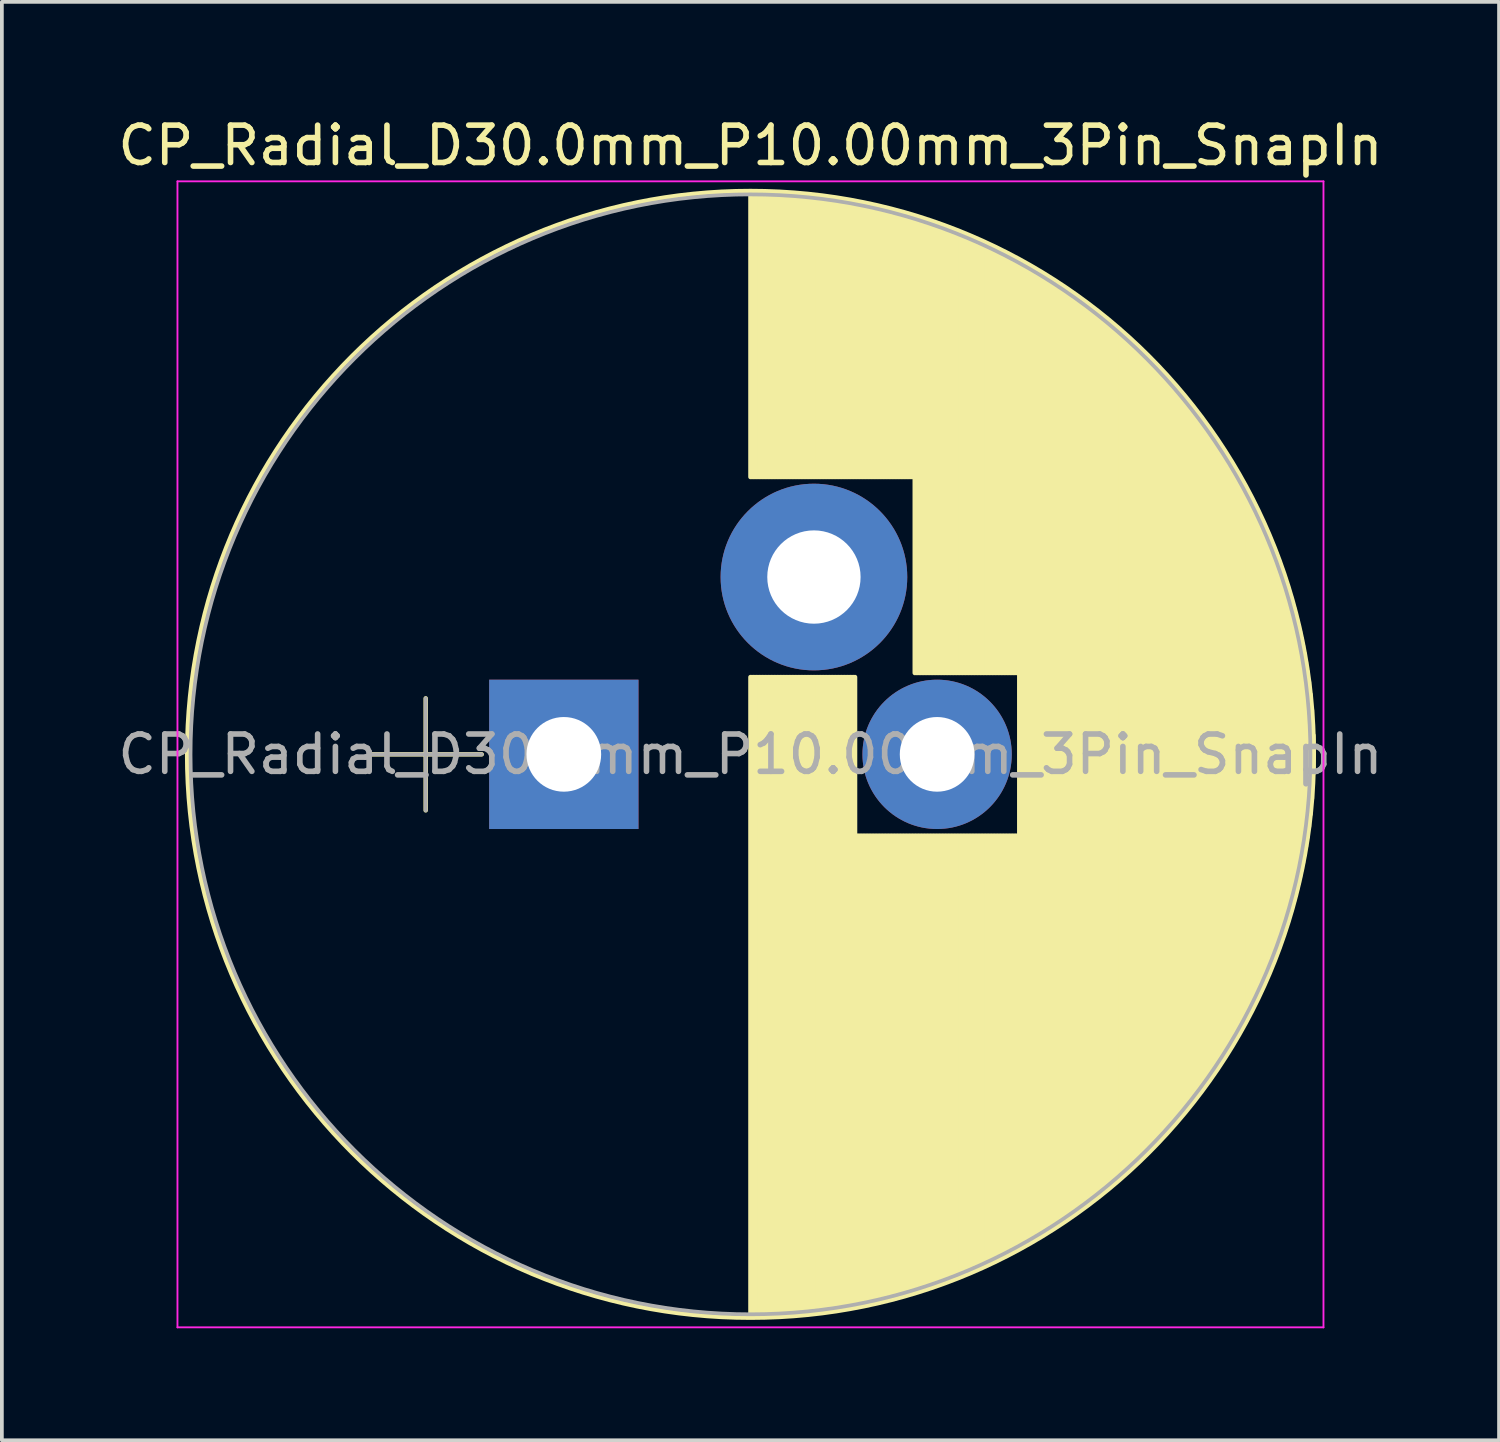
<source format=kicad_pcb>
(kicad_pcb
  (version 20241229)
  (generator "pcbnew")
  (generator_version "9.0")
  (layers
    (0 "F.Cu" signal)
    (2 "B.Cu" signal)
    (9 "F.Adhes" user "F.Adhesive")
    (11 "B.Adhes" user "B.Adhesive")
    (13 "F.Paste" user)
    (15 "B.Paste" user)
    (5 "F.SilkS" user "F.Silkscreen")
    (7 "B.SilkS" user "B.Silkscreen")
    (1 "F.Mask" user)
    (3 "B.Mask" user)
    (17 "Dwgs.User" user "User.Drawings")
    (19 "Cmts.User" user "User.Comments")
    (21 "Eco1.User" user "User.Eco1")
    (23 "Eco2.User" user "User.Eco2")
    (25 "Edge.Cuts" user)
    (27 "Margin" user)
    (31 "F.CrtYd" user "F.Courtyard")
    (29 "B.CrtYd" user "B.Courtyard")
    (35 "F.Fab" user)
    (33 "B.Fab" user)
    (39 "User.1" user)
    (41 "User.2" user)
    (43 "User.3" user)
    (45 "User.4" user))
  (footprint "CP_Radial_D30.0mm_P10.00mm_3Pin_SnapIn"
    (layer "F.Cu")
    (at 12.054 17.158)
    (property "Reference" "CP_Radial_D30.0mm_P10.00mm_3Pin_SnapIn" (at 5 -16.31 0) (layer "F.SilkS") (effects (font (size 1 1) (thickness 0.15))))
    (attr through_hole)
    (fp_line (start -5.2 0) (end -2.2 0) (stroke (width 0.12) (type solid)) (layer "F.SilkS"))
    (fp_line (start -3.7 -1.5) (end -3.7 1.5) (stroke (width 0.12) (type solid)) (layer "F.SilkS"))
    (fp_line (start 5 -15.05) (end 5 -7.43) (stroke (width 0.12) (type solid)) (layer "F.SilkS"))
    (fp_line (start 5 -2.07) (end 5 15.05) (stroke (width 0.12) (type solid)) (layer "F.SilkS"))
    (fp_line (start 5.04 -15.05) (end 5.04 -7.43) (stroke (width 0.12) (type solid)) (layer "F.SilkS"))
    (fp_line (start 5.04 -2.07) (end 5.04 15.05) (stroke (width 0.12) (type solid)) (layer "F.SilkS"))
    (fp_line (start 5.08 -15.05) (end 5.08 -7.43) (stroke (width 0.12) (type solid)) (layer "F.SilkS"))
    (fp_line (start 5.08 -2.07) (end 5.08 15.05) (stroke (width 0.12) (type solid)) (layer "F.SilkS"))
    (fp_line (start 5.12 -15.05) (end 5.12 -7.43) (stroke (width 0.12) (type solid)) (layer "F.SilkS"))
    (fp_line (start 5.12 -2.07) (end 5.12 15.05) (stroke (width 0.12) (type solid)) (layer "F.SilkS"))
    (fp_line (start 5.16 -15.05) (end 5.16 -7.43) (stroke (width 0.12) (type solid)) (layer "F.SilkS"))
    (fp_line (start 5.16 -2.07) (end 5.16 15.05) (stroke (width 0.12) (type solid)) (layer "F.SilkS"))
    (fp_line (start 5.2 -15.049) (end 5.2 -7.43) (stroke (width 0.12) (type solid)) (layer "F.SilkS"))
    (fp_line (start 5.2 -2.07) (end 5.2 15.049) (stroke (width 0.12) (type solid)) (layer "F.SilkS"))
    (fp_line (start 5.24 -15.049) (end 5.24 -7.43) (stroke (width 0.12) (type solid)) (layer "F.SilkS"))
    (fp_line (start 5.24 -2.07) (end 5.24 15.049) (stroke (width 0.12) (type solid)) (layer "F.SilkS"))
    (fp_line (start 5.28 -15.048) (end 5.28 -7.43) (stroke (width 0.12) (type solid)) (layer "F.SilkS"))
    (fp_line (start 5.28 -2.07) (end 5.28 15.048) (stroke (width 0.12) (type solid)) (layer "F.SilkS"))
    (fp_line (start 5.32 -15.047) (end 5.32 -7.43) (stroke (width 0.12) (type solid)) (layer "F.SilkS"))
    (fp_line (start 5.32 -2.07) (end 5.32 15.047) (stroke (width 0.12) (type solid)) (layer "F.SilkS"))
    (fp_line (start 5.36 -15.046) (end 5.36 -7.43) (stroke (width 0.12) (type solid)) (layer "F.SilkS"))
    (fp_line (start 5.36 -2.07) (end 5.36 15.046) (stroke (width 0.12) (type solid)) (layer "F.SilkS"))
    (fp_line (start 5.4 -15.045) (end 5.4 -7.43) (stroke (width 0.12) (type solid)) (layer "F.SilkS"))
    (fp_line (start 5.4 -2.07) (end 5.4 15.045) (stroke (width 0.12) (type solid)) (layer "F.SilkS"))
    (fp_line (start 5.44 -15.044) (end 5.44 -7.43) (stroke (width 0.12) (type solid)) (layer "F.SilkS"))
    (fp_line (start 5.44 -2.07) (end 5.44 15.044) (stroke (width 0.12) (type solid)) (layer "F.SilkS"))
    (fp_line (start 5.48 -15.043) (end 5.48 -7.43) (stroke (width 0.12) (type solid)) (layer "F.SilkS"))
    (fp_line (start 5.48 -2.07) (end 5.48 15.043) (stroke (width 0.12) (type solid)) (layer "F.SilkS"))
    (fp_line (start 5.52 -15.042) (end 5.52 -7.43) (stroke (width 0.12) (type solid)) (layer "F.SilkS"))
    (fp_line (start 5.52 -2.07) (end 5.52 15.042) (stroke (width 0.12) (type solid)) (layer "F.SilkS"))
    (fp_line (start 5.56 -15.04) (end 5.56 -7.43) (stroke (width 0.12) (type solid)) (layer "F.SilkS"))
    (fp_line (start 5.56 -2.07) (end 5.56 15.04) (stroke (width 0.12) (type solid)) (layer "F.SilkS"))
    (fp_line (start 5.6 -15.039) (end 5.6 -7.43) (stroke (width 0.12) (type solid)) (layer "F.SilkS"))
    (fp_line (start 5.6 -2.07) (end 5.6 15.039) (stroke (width 0.12) (type solid)) (layer "F.SilkS"))
    (fp_line (start 5.64 -15.037) (end 5.64 -7.43) (stroke (width 0.12) (type solid)) (layer "F.SilkS"))
    (fp_line (start 5.64 -2.07) (end 5.64 15.037) (stroke (width 0.12) (type solid)) (layer "F.SilkS"))
    (fp_line (start 5.68 -15.035) (end 5.68 -7.43) (stroke (width 0.12) (type solid)) (layer "F.SilkS"))
    (fp_line (start 5.68 -2.07) (end 5.68 15.035) (stroke (width 0.12) (type solid)) (layer "F.SilkS"))
    (fp_line (start 5.721 -15.033) (end 5.721 -7.43) (stroke (width 0.12) (type solid)) (layer "F.SilkS"))
    (fp_line (start 5.721 -2.07) (end 5.721 15.033) (stroke (width 0.12) (type solid)) (layer "F.SilkS"))
    (fp_line (start 5.761 -15.031) (end 5.761 -7.43) (stroke (width 0.12) (type solid)) (layer "F.SilkS"))
    (fp_line (start 5.761 -2.07) (end 5.761 15.031) (stroke (width 0.12) (type solid)) (layer "F.SilkS"))
    (fp_line (start 5.801 -15.029) (end 5.801 -7.43) (stroke (width 0.12) (type solid)) (layer "F.SilkS"))
    (fp_line (start 5.801 -2.07) (end 5.801 15.029) (stroke (width 0.12) (type solid)) (layer "F.SilkS"))
    (fp_line (start 5.841 -15.027) (end 5.841 -7.43) (stroke (width 0.12) (type solid)) (layer "F.SilkS"))
    (fp_line (start 5.841 -2.07) (end 5.841 15.027) (stroke (width 0.12) (type solid)) (layer "F.SilkS"))
    (fp_line (start 5.881 -15.025) (end 5.881 -7.43) (stroke (width 0.12) (type solid)) (layer "F.SilkS"))
    (fp_line (start 5.881 -2.07) (end 5.881 15.025) (stroke (width 0.12) (type solid)) (layer "F.SilkS"))
    (fp_line (start 5.921 -15.022) (end 5.921 -7.43) (stroke (width 0.12) (type solid)) (layer "F.SilkS"))
    (fp_line (start 5.921 -2.07) (end 5.921 15.022) (stroke (width 0.12) (type solid)) (layer "F.SilkS"))
    (fp_line (start 5.961 -15.02) (end 5.961 -7.43) (stroke (width 0.12) (type solid)) (layer "F.SilkS"))
    (fp_line (start 5.961 -2.07) (end 5.961 15.02) (stroke (width 0.12) (type solid)) (layer "F.SilkS"))
    (fp_line (start 6.001 -15.017) (end 6.001 -7.43) (stroke (width 0.12) (type solid)) (layer "F.SilkS"))
    (fp_line (start 6.001 -2.07) (end 6.001 15.017) (stroke (width 0.12) (type solid)) (layer "F.SilkS"))
    (fp_line (start 6.041 -15.015) (end 6.041 -7.43) (stroke (width 0.12) (type solid)) (layer "F.SilkS"))
    (fp_line (start 6.041 -2.07) (end 6.041 15.015) (stroke (width 0.12) (type solid)) (layer "F.SilkS"))
    (fp_line (start 6.081 -15.012) (end 6.081 -7.43) (stroke (width 0.12) (type solid)) (layer "F.SilkS"))
    (fp_line (start 6.081 -2.07) (end 6.081 15.012) (stroke (width 0.12) (type solid)) (layer "F.SilkS"))
    (fp_line (start 6.121 -15.009) (end 6.121 -7.43) (stroke (width 0.12) (type solid)) (layer "F.SilkS"))
    (fp_line (start 6.121 -2.07) (end 6.121 15.009) (stroke (width 0.12) (type solid)) (layer "F.SilkS"))
    (fp_line (start 6.161 -15.006) (end 6.161 -7.43) (stroke (width 0.12) (type solid)) (layer "F.SilkS"))
    (fp_line (start 6.161 -2.07) (end 6.161 15.006) (stroke (width 0.12) (type solid)) (layer "F.SilkS"))
    (fp_line (start 6.201 -15.003) (end 6.201 -7.43) (stroke (width 0.12) (type solid)) (layer "F.SilkS"))
    (fp_line (start 6.201 -2.07) (end 6.201 15.003) (stroke (width 0.12) (type solid)) (layer "F.SilkS"))
    (fp_line (start 6.241 -14.999) (end 6.241 -7.43) (stroke (width 0.12) (type solid)) (layer "F.SilkS"))
    (fp_line (start 6.241 -2.07) (end 6.241 14.999) (stroke (width 0.12) (type solid)) (layer "F.SilkS"))
    (fp_line (start 6.281 -14.996) (end 6.281 -7.43) (stroke (width 0.12) (type solid)) (layer "F.SilkS"))
    (fp_line (start 6.281 -2.07) (end 6.281 14.996) (stroke (width 0.12) (type solid)) (layer "F.SilkS"))
    (fp_line (start 6.321 -14.993) (end 6.321 -7.43) (stroke (width 0.12) (type solid)) (layer "F.SilkS"))
    (fp_line (start 6.321 -2.07) (end 6.321 14.993) (stroke (width 0.12) (type solid)) (layer "F.SilkS"))
    (fp_line (start 6.361 -14.989) (end 6.361 -7.43) (stroke (width 0.12) (type solid)) (layer "F.SilkS"))
    (fp_line (start 6.361 -2.07) (end 6.361 14.989) (stroke (width 0.12) (type solid)) (layer "F.SilkS"))
    (fp_line (start 6.401 -14.985) (end 6.401 -7.43) (stroke (width 0.12) (type solid)) (layer "F.SilkS"))
    (fp_line (start 6.401 -2.07) (end 6.401 14.985) (stroke (width 0.12) (type solid)) (layer "F.SilkS"))
    (fp_line (start 6.441 -14.982) (end 6.441 -7.43) (stroke (width 0.12) (type solid)) (layer "F.SilkS"))
    (fp_line (start 6.441 -2.07) (end 6.441 14.982) (stroke (width 0.12) (type solid)) (layer "F.SilkS"))
    (fp_line (start 6.481 -14.978) (end 6.481 -7.43) (stroke (width 0.12) (type solid)) (layer "F.SilkS"))
    (fp_line (start 6.481 -2.07) (end 6.481 14.978) (stroke (width 0.12) (type solid)) (layer "F.SilkS"))
    (fp_line (start 6.521 -14.974) (end 6.521 -7.43) (stroke (width 0.12) (type solid)) (layer "F.SilkS"))
    (fp_line (start 6.521 -2.07) (end 6.521 14.974) (stroke (width 0.12) (type solid)) (layer "F.SilkS"))
    (fp_line (start 6.561 -14.97) (end 6.561 -7.43) (stroke (width 0.12) (type solid)) (layer "F.SilkS"))
    (fp_line (start 6.561 -2.07) (end 6.561 14.97) (stroke (width 0.12) (type solid)) (layer "F.SilkS"))
    (fp_line (start 6.601 -14.965) (end 6.601 -7.43) (stroke (width 0.12) (type solid)) (layer "F.SilkS"))
    (fp_line (start 6.601 -2.07) (end 6.601 14.965) (stroke (width 0.12) (type solid)) (layer "F.SilkS"))
    (fp_line (start 6.641 -14.961) (end 6.641 -7.43) (stroke (width 0.12) (type solid)) (layer "F.SilkS"))
    (fp_line (start 6.641 -2.07) (end 6.641 14.961) (stroke (width 0.12) (type solid)) (layer "F.SilkS"))
    (fp_line (start 6.681 -14.957) (end 6.681 -7.43) (stroke (width 0.12) (type solid)) (layer "F.SilkS"))
    (fp_line (start 6.681 -2.07) (end 6.681 14.957) (stroke (width 0.12) (type solid)) (layer "F.SilkS"))
    (fp_line (start 6.721 -14.952) (end 6.721 -7.43) (stroke (width 0.12) (type solid)) (layer "F.SilkS"))
    (fp_line (start 6.721 -2.07) (end 6.721 14.952) (stroke (width 0.12) (type solid)) (layer "F.SilkS"))
    (fp_line (start 6.761 -14.948) (end 6.761 -7.43) (stroke (width 0.12) (type solid)) (layer "F.SilkS"))
    (fp_line (start 6.761 -2.07) (end 6.761 14.948) (stroke (width 0.12) (type solid)) (layer "F.SilkS"))
    (fp_line (start 6.801 -14.943) (end 6.801 -7.43) (stroke (width 0.12) (type solid)) (layer "F.SilkS"))
    (fp_line (start 6.801 -2.07) (end 6.801 14.943) (stroke (width 0.12) (type solid)) (layer "F.SilkS"))
    (fp_line (start 6.841 -14.938) (end 6.841 -7.43) (stroke (width 0.12) (type solid)) (layer "F.SilkS"))
    (fp_line (start 6.841 -2.07) (end 6.841 14.938) (stroke (width 0.12) (type solid)) (layer "F.SilkS"))
    (fp_line (start 6.881 -14.933) (end 6.881 -7.43) (stroke (width 0.12) (type solid)) (layer "F.SilkS"))
    (fp_line (start 6.881 -2.07) (end 6.881 14.933) (stroke (width 0.12) (type solid)) (layer "F.SilkS"))
    (fp_line (start 6.921 -14.928) (end 6.921 -7.43) (stroke (width 0.12) (type solid)) (layer "F.SilkS"))
    (fp_line (start 6.921 -2.07) (end 6.921 14.928) (stroke (width 0.12) (type solid)) (layer "F.SilkS"))
    (fp_line (start 6.961 -14.923) (end 6.961 -7.43) (stroke (width 0.12) (type solid)) (layer "F.SilkS"))
    (fp_line (start 6.961 -2.07) (end 6.961 14.923) (stroke (width 0.12) (type solid)) (layer "F.SilkS"))
    (fp_line (start 7.001 -14.917) (end 7.001 -7.43) (stroke (width 0.12) (type solid)) (layer "F.SilkS"))
    (fp_line (start 7.001 -2.07) (end 7.001 14.917) (stroke (width 0.12) (type solid)) (layer "F.SilkS"))
    (fp_line (start 7.041 -14.912) (end 7.041 -7.43) (stroke (width 0.12) (type solid)) (layer "F.SilkS"))
    (fp_line (start 7.041 -2.07) (end 7.041 14.912) (stroke (width 0.12) (type solid)) (layer "F.SilkS"))
    (fp_line (start 7.081 -14.906) (end 7.081 -7.43) (stroke (width 0.12) (type solid)) (layer "F.SilkS"))
    (fp_line (start 7.081 -2.07) (end 7.081 14.906) (stroke (width 0.12) (type solid)) (layer "F.SilkS"))
    (fp_line (start 7.121 -14.901) (end 7.121 -7.43) (stroke (width 0.12) (type solid)) (layer "F.SilkS"))
    (fp_line (start 7.121 -2.07) (end 7.121 14.901) (stroke (width 0.12) (type solid)) (layer "F.SilkS"))
    (fp_line (start 7.161 -14.895) (end 7.161 -7.43) (stroke (width 0.12) (type solid)) (layer "F.SilkS"))
    (fp_line (start 7.161 -2.07) (end 7.161 14.895) (stroke (width 0.12) (type solid)) (layer "F.SilkS"))
    (fp_line (start 7.201 -14.889) (end 7.201 -7.43) (stroke (width 0.12) (type solid)) (layer "F.SilkS"))
    (fp_line (start 7.201 -2.07) (end 7.201 14.889) (stroke (width 0.12) (type solid)) (layer "F.SilkS"))
    (fp_line (start 7.241 -14.883) (end 7.241 -7.43) (stroke (width 0.12) (type solid)) (layer "F.SilkS"))
    (fp_line (start 7.241 -2.07) (end 7.241 14.883) (stroke (width 0.12) (type solid)) (layer "F.SilkS"))
    (fp_line (start 7.281 -14.877) (end 7.281 -7.43) (stroke (width 0.12) (type solid)) (layer "F.SilkS"))
    (fp_line (start 7.281 -2.07) (end 7.281 14.877) (stroke (width 0.12) (type solid)) (layer "F.SilkS"))
    (fp_line (start 7.321 -14.871) (end 7.321 -7.43) (stroke (width 0.12) (type solid)) (layer "F.SilkS"))
    (fp_line (start 7.321 -2.07) (end 7.321 14.871) (stroke (width 0.12) (type solid)) (layer "F.SilkS"))
    (fp_line (start 7.361 -14.865) (end 7.361 -7.43) (stroke (width 0.12) (type solid)) (layer "F.SilkS"))
    (fp_line (start 7.361 -2.07) (end 7.361 14.865) (stroke (width 0.12) (type solid)) (layer "F.SilkS"))
    (fp_line (start 7.401 -14.858) (end 7.401 -7.43) (stroke (width 0.12) (type solid)) (layer "F.SilkS"))
    (fp_line (start 7.401 -2.07) (end 7.401 14.858) (stroke (width 0.12) (type solid)) (layer "F.SilkS"))
    (fp_line (start 7.441 -14.852) (end 7.441 -7.43) (stroke (width 0.12) (type solid)) (layer "F.SilkS"))
    (fp_line (start 7.441 -2.07) (end 7.441 14.852) (stroke (width 0.12) (type solid)) (layer "F.SilkS"))
    (fp_line (start 7.481 -14.845) (end 7.481 -7.43) (stroke (width 0.12) (type solid)) (layer "F.SilkS"))
    (fp_line (start 7.481 -2.07) (end 7.481 14.845) (stroke (width 0.12) (type solid)) (layer "F.SilkS"))
    (fp_line (start 7.521 -14.839) (end 7.521 -7.43) (stroke (width 0.12) (type solid)) (layer "F.SilkS"))
    (fp_line (start 7.521 -2.07) (end 7.521 14.839) (stroke (width 0.12) (type solid)) (layer "F.SilkS"))
    (fp_line (start 7.561 -14.832) (end 7.561 -7.43) (stroke (width 0.12) (type solid)) (layer "F.SilkS"))
    (fp_line (start 7.561 -2.07) (end 7.561 14.832) (stroke (width 0.12) (type solid)) (layer "F.SilkS"))
    (fp_line (start 7.601 -14.825) (end 7.601 -7.43) (stroke (width 0.12) (type solid)) (layer "F.SilkS"))
    (fp_line (start 7.601 -2.07) (end 7.601 14.825) (stroke (width 0.12) (type solid)) (layer "F.SilkS"))
    (fp_line (start 7.641 -14.818) (end 7.641 -7.43) (stroke (width 0.12) (type solid)) (layer "F.SilkS"))
    (fp_line (start 7.641 -2.07) (end 7.641 14.818) (stroke (width 0.12) (type solid)) (layer "F.SilkS"))
    (fp_line (start 7.681 -14.811) (end 7.681 -7.43) (stroke (width 0.12) (type solid)) (layer "F.SilkS"))
    (fp_line (start 7.681 -2.07) (end 7.681 14.811) (stroke (width 0.12) (type solid)) (layer "F.SilkS"))
    (fp_line (start 7.721 -14.803) (end 7.721 -7.43) (stroke (width 0.12) (type solid)) (layer "F.SilkS"))
    (fp_line (start 7.721 -2.07) (end 7.721 14.803) (stroke (width 0.12) (type solid)) (layer "F.SilkS"))
    (fp_line (start 7.761 -14.796) (end 7.761 -7.43) (stroke (width 0.12) (type solid)) (layer "F.SilkS"))
    (fp_line (start 7.761 -2.07) (end 7.761 14.796) (stroke (width 0.12) (type solid)) (layer "F.SilkS"))
    (fp_line (start 7.801 -14.788) (end 7.801 -7.43) (stroke (width 0.12) (type solid)) (layer "F.SilkS"))
    (fp_line (start 7.801 -2.07) (end 7.801 14.788) (stroke (width 0.12) (type solid)) (layer "F.SilkS"))
    (fp_line (start 7.841 -14.781) (end 7.841 -7.43) (stroke (width 0.12) (type solid)) (layer "F.SilkS"))
    (fp_line (start 7.841 2.18) (end 7.841 14.781) (stroke (width 0.12) (type solid)) (layer "F.SilkS"))
    (fp_line (start 7.881 -14.773) (end 7.881 -7.43) (stroke (width 0.12) (type solid)) (layer "F.SilkS"))
    (fp_line (start 7.881 2.18) (end 7.881 14.773) (stroke (width 0.12) (type solid)) (layer "F.SilkS"))
    (fp_line (start 7.921 -14.765) (end 7.921 -7.43) (stroke (width 0.12) (type solid)) (layer "F.SilkS"))
    (fp_line (start 7.921 2.18) (end 7.921 14.765) (stroke (width 0.12) (type solid)) (layer "F.SilkS"))
    (fp_line (start 7.961 -14.757) (end 7.961 -7.43) (stroke (width 0.12) (type solid)) (layer "F.SilkS"))
    (fp_line (start 7.961 2.18) (end 7.961 14.757) (stroke (width 0.12) (type solid)) (layer "F.SilkS"))
    (fp_line (start 8.001 -14.749) (end 8.001 -7.43) (stroke (width 0.12) (type solid)) (layer "F.SilkS"))
    (fp_line (start 8.001 2.18) (end 8.001 14.749) (stroke (width 0.12) (type solid)) (layer "F.SilkS"))
    (fp_line (start 8.041 -14.741) (end 8.041 -7.43) (stroke (width 0.12) (type solid)) (layer "F.SilkS"))
    (fp_line (start 8.041 2.18) (end 8.041 14.741) (stroke (width 0.12) (type solid)) (layer "F.SilkS"))
    (fp_line (start 8.081 -14.733) (end 8.081 -7.43) (stroke (width 0.12) (type solid)) (layer "F.SilkS"))
    (fp_line (start 8.081 2.18) (end 8.081 14.733) (stroke (width 0.12) (type solid)) (layer "F.SilkS"))
    (fp_line (start 8.121 -14.724) (end 8.121 -7.43) (stroke (width 0.12) (type solid)) (layer "F.SilkS"))
    (fp_line (start 8.121 2.18) (end 8.121 14.724) (stroke (width 0.12) (type solid)) (layer "F.SilkS"))
    (fp_line (start 8.161 -14.716) (end 8.161 -7.43) (stroke (width 0.12) (type solid)) (layer "F.SilkS"))
    (fp_line (start 8.161 2.18) (end 8.161 14.716) (stroke (width 0.12) (type solid)) (layer "F.SilkS"))
    (fp_line (start 8.201 -14.707) (end 8.201 -7.43) (stroke (width 0.12) (type solid)) (layer "F.SilkS"))
    (fp_line (start 8.201 2.18) (end 8.201 14.707) (stroke (width 0.12) (type solid)) (layer "F.SilkS"))
    (fp_line (start 8.241 -14.699) (end 8.241 -7.43) (stroke (width 0.12) (type solid)) (layer "F.SilkS"))
    (fp_line (start 8.241 2.18) (end 8.241 14.699) (stroke (width 0.12) (type solid)) (layer "F.SilkS"))
    (fp_line (start 8.281 -14.69) (end 8.281 -7.43) (stroke (width 0.12) (type solid)) (layer "F.SilkS"))
    (fp_line (start 8.281 2.18) (end 8.281 14.69) (stroke (width 0.12) (type solid)) (layer "F.SilkS"))
    (fp_line (start 8.321 -14.681) (end 8.321 -7.43) (stroke (width 0.12) (type solid)) (layer "F.SilkS"))
    (fp_line (start 8.321 2.18) (end 8.321 14.681) (stroke (width 0.12) (type solid)) (layer "F.SilkS"))
    (fp_line (start 8.361 -14.672) (end 8.361 -7.43) (stroke (width 0.12) (type solid)) (layer "F.SilkS"))
    (fp_line (start 8.361 2.18) (end 8.361 14.672) (stroke (width 0.12) (type solid)) (layer "F.SilkS"))
    (fp_line (start 8.401 -14.662) (end 8.401 -7.43) (stroke (width 0.12) (type solid)) (layer "F.SilkS"))
    (fp_line (start 8.401 2.18) (end 8.401 14.662) (stroke (width 0.12) (type solid)) (layer "F.SilkS"))
    (fp_line (start 8.441 -14.653) (end 8.441 -7.43) (stroke (width 0.12) (type solid)) (layer "F.SilkS"))
    (fp_line (start 8.441 2.18) (end 8.441 14.653) (stroke (width 0.12) (type solid)) (layer "F.SilkS"))
    (fp_line (start 8.481 -14.644) (end 8.481 -7.43) (stroke (width 0.12) (type solid)) (layer "F.SilkS"))
    (fp_line (start 8.481 2.18) (end 8.481 14.644) (stroke (width 0.12) (type solid)) (layer "F.SilkS"))
    (fp_line (start 8.521 -14.634) (end 8.521 -7.43) (stroke (width 0.12) (type solid)) (layer "F.SilkS"))
    (fp_line (start 8.521 2.18) (end 8.521 14.634) (stroke (width 0.12) (type solid)) (layer "F.SilkS"))
    (fp_line (start 8.561 -14.625) (end 8.561 -7.43) (stroke (width 0.12) (type solid)) (layer "F.SilkS"))
    (fp_line (start 8.561 2.18) (end 8.561 14.625) (stroke (width 0.12) (type solid)) (layer "F.SilkS"))
    (fp_line (start 8.601 -14.615) (end 8.601 -7.43) (stroke (width 0.12) (type solid)) (layer "F.SilkS"))
    (fp_line (start 8.601 2.18) (end 8.601 14.615) (stroke (width 0.12) (type solid)) (layer "F.SilkS"))
    (fp_line (start 8.641 -14.605) (end 8.641 -7.43) (stroke (width 0.12) (type solid)) (layer "F.SilkS"))
    (fp_line (start 8.641 2.18) (end 8.641 14.605) (stroke (width 0.12) (type solid)) (layer "F.SilkS"))
    (fp_line (start 8.681 -14.595) (end 8.681 -7.43) (stroke (width 0.12) (type solid)) (layer "F.SilkS"))
    (fp_line (start 8.681 2.18) (end 8.681 14.595) (stroke (width 0.12) (type solid)) (layer "F.SilkS"))
    (fp_line (start 8.721 -14.585) (end 8.721 -7.43) (stroke (width 0.12) (type solid)) (layer "F.SilkS"))
    (fp_line (start 8.721 2.18) (end 8.721 14.585) (stroke (width 0.12) (type solid)) (layer "F.SilkS"))
    (fp_line (start 8.761 -14.575) (end 8.761 -7.43) (stroke (width 0.12) (type solid)) (layer "F.SilkS"))
    (fp_line (start 8.761 2.18) (end 8.761 14.575) (stroke (width 0.12) (type solid)) (layer "F.SilkS"))
    (fp_line (start 8.801 -14.564) (end 8.801 -7.43) (stroke (width 0.12) (type solid)) (layer "F.SilkS"))
    (fp_line (start 8.801 2.18) (end 8.801 14.564) (stroke (width 0.12) (type solid)) (layer "F.SilkS"))
    (fp_line (start 8.841 -14.554) (end 8.841 -7.43) (stroke (width 0.12) (type solid)) (layer "F.SilkS"))
    (fp_line (start 8.841 2.18) (end 8.841 14.554) (stroke (width 0.12) (type solid)) (layer "F.SilkS"))
    (fp_line (start 8.881 -14.543) (end 8.881 -7.43) (stroke (width 0.12) (type solid)) (layer "F.SilkS"))
    (fp_line (start 8.881 2.18) (end 8.881 14.543) (stroke (width 0.12) (type solid)) (layer "F.SilkS"))
    (fp_line (start 8.921 -14.532) (end 8.921 -7.43) (stroke (width 0.12) (type solid)) (layer "F.SilkS"))
    (fp_line (start 8.921 2.18) (end 8.921 14.532) (stroke (width 0.12) (type solid)) (layer "F.SilkS"))
    (fp_line (start 8.961 -14.522) (end 8.961 -7.43) (stroke (width 0.12) (type solid)) (layer "F.SilkS"))
    (fp_line (start 8.961 2.18) (end 8.961 14.522) (stroke (width 0.12) (type solid)) (layer "F.SilkS"))
    (fp_line (start 9.001 -14.511) (end 9.001 -7.43) (stroke (width 0.12) (type solid)) (layer "F.SilkS"))
    (fp_line (start 9.001 2.18) (end 9.001 14.511) (stroke (width 0.12) (type solid)) (layer "F.SilkS"))
    (fp_line (start 9.041 -14.5) (end 9.041 -7.43) (stroke (width 0.12) (type solid)) (layer "F.SilkS"))
    (fp_line (start 9.041 2.18) (end 9.041 14.5) (stroke (width 0.12) (type solid)) (layer "F.SilkS"))
    (fp_line (start 9.081 -14.488) (end 9.081 -7.43) (stroke (width 0.12) (type solid)) (layer "F.SilkS"))
    (fp_line (start 9.081 2.18) (end 9.081 14.488) (stroke (width 0.12) (type solid)) (layer "F.SilkS"))
    (fp_line (start 9.121 -14.477) (end 9.121 -7.43) (stroke (width 0.12) (type solid)) (layer "F.SilkS"))
    (fp_line (start 9.121 2.18) (end 9.121 14.477) (stroke (width 0.12) (type solid)) (layer "F.SilkS"))
    (fp_line (start 9.161 -14.466) (end 9.161 -7.43) (stroke (width 0.12) (type solid)) (layer "F.SilkS"))
    (fp_line (start 9.161 2.18) (end 9.161 14.466) (stroke (width 0.12) (type solid)) (layer "F.SilkS"))
    (fp_line (start 9.201 -14.454) (end 9.201 -7.43) (stroke (width 0.12) (type solid)) (layer "F.SilkS"))
    (fp_line (start 9.201 2.18) (end 9.201 14.454) (stroke (width 0.12) (type solid)) (layer "F.SilkS"))
    (fp_line (start 9.241 -14.443) (end 9.241 -7.43) (stroke (width 0.12) (type solid)) (layer "F.SilkS"))
    (fp_line (start 9.241 2.18) (end 9.241 14.443) (stroke (width 0.12) (type solid)) (layer "F.SilkS"))
    (fp_line (start 9.281 -14.431) (end 9.281 -7.43) (stroke (width 0.12) (type solid)) (layer "F.SilkS"))
    (fp_line (start 9.281 2.18) (end 9.281 14.431) (stroke (width 0.12) (type solid)) (layer "F.SilkS"))
    (fp_line (start 9.321 -14.419) (end 9.321 -7.43) (stroke (width 0.12) (type solid)) (layer "F.SilkS"))
    (fp_line (start 9.321 2.18) (end 9.321 14.419) (stroke (width 0.12) (type solid)) (layer "F.SilkS"))
    (fp_line (start 9.361 -14.407) (end 9.361 -7.43) (stroke (width 0.12) (type solid)) (layer "F.SilkS"))
    (fp_line (start 9.361 2.18) (end 9.361 14.407) (stroke (width 0.12) (type solid)) (layer "F.SilkS"))
    (fp_line (start 9.401 -14.395) (end 9.401 -2.18) (stroke (width 0.12) (type solid)) (layer "F.SilkS"))
    (fp_line (start 9.401 2.18) (end 9.401 14.395) (stroke (width 0.12) (type solid)) (layer "F.SilkS"))
    (fp_line (start 9.441 -14.383) (end 9.441 -2.18) (stroke (width 0.12) (type solid)) (layer "F.SilkS"))
    (fp_line (start 9.441 2.18) (end 9.441 14.383) (stroke (width 0.12) (type solid)) (layer "F.SilkS"))
    (fp_line (start 9.481 -14.37) (end 9.481 -2.18) (stroke (width 0.12) (type solid)) (layer "F.SilkS"))
    (fp_line (start 9.481 2.18) (end 9.481 14.37) (stroke (width 0.12) (type solid)) (layer "F.SilkS"))
    (fp_line (start 9.521 -14.358) (end 9.521 -2.18) (stroke (width 0.12) (type solid)) (layer "F.SilkS"))
    (fp_line (start 9.521 2.18) (end 9.521 14.358) (stroke (width 0.12) (type solid)) (layer "F.SilkS"))
    (fp_line (start 9.561 -14.345) (end 9.561 -2.18) (stroke (width 0.12) (type solid)) (layer "F.SilkS"))
    (fp_line (start 9.561 2.18) (end 9.561 14.345) (stroke (width 0.12) (type solid)) (layer "F.SilkS"))
    (fp_line (start 9.601 -14.332) (end 9.601 -2.18) (stroke (width 0.12) (type solid)) (layer "F.SilkS"))
    (fp_line (start 9.601 2.18) (end 9.601 14.332) (stroke (width 0.12) (type solid)) (layer "F.SilkS"))
    (fp_line (start 9.641 -14.319) (end 9.641 -2.18) (stroke (width 0.12) (type solid)) (layer "F.SilkS"))
    (fp_line (start 9.641 2.18) (end 9.641 14.319) (stroke (width 0.12) (type solid)) (layer "F.SilkS"))
    (fp_line (start 9.681 -14.306) (end 9.681 -2.18) (stroke (width 0.12) (type solid)) (layer "F.SilkS"))
    (fp_line (start 9.681 2.18) (end 9.681 14.306) (stroke (width 0.12) (type solid)) (layer "F.SilkS"))
    (fp_line (start 9.721 -14.293) (end 9.721 -2.18) (stroke (width 0.12) (type solid)) (layer "F.SilkS"))
    (fp_line (start 9.721 2.18) (end 9.721 14.293) (stroke (width 0.12) (type solid)) (layer "F.SilkS"))
    (fp_line (start 9.761 -14.28) (end 9.761 -2.18) (stroke (width 0.12) (type solid)) (layer "F.SilkS"))
    (fp_line (start 9.761 2.18) (end 9.761 14.28) (stroke (width 0.12) (type solid)) (layer "F.SilkS"))
    (fp_line (start 9.801 -14.267) (end 9.801 -2.18) (stroke (width 0.12) (type solid)) (layer "F.SilkS"))
    (fp_line (start 9.801 2.18) (end 9.801 14.267) (stroke (width 0.12) (type solid)) (layer "F.SilkS"))
    (fp_line (start 9.841 -14.253) (end 9.841 -2.18) (stroke (width 0.12) (type solid)) (layer "F.SilkS"))
    (fp_line (start 9.841 2.18) (end 9.841 14.253) (stroke (width 0.12) (type solid)) (layer "F.SilkS"))
    (fp_line (start 9.881 -14.24) (end 9.881 -2.18) (stroke (width 0.12) (type solid)) (layer "F.SilkS"))
    (fp_line (start 9.881 2.18) (end 9.881 14.24) (stroke (width 0.12) (type solid)) (layer "F.SilkS"))
    (fp_line (start 9.921 -14.226) (end 9.921 -2.18) (stroke (width 0.12) (type solid)) (layer "F.SilkS"))
    (fp_line (start 9.921 2.18) (end 9.921 14.226) (stroke (width 0.12) (type solid)) (layer "F.SilkS"))
    (fp_line (start 9.961 -14.212) (end 9.961 -2.18) (stroke (width 0.12) (type solid)) (layer "F.SilkS"))
    (fp_line (start 9.961 2.18) (end 9.961 14.212) (stroke (width 0.12) (type solid)) (layer "F.SilkS"))
    (fp_line (start 10.001 -14.198) (end 10.001 -2.18) (stroke (width 0.12) (type solid)) (layer "F.SilkS"))
    (fp_line (start 10.001 2.18) (end 10.001 14.198) (stroke (width 0.12) (type solid)) (layer "F.SilkS"))
    (fp_line (start 10.041 -14.184) (end 10.041 -2.18) (stroke (width 0.12) (type solid)) (layer "F.SilkS"))
    (fp_line (start 10.041 2.18) (end 10.041 14.184) (stroke (width 0.12) (type solid)) (layer "F.SilkS"))
    (fp_line (start 10.081 -14.17) (end 10.081 -2.18) (stroke (width 0.12) (type solid)) (layer "F.SilkS"))
    (fp_line (start 10.081 2.18) (end 10.081 14.17) (stroke (width 0.12) (type solid)) (layer "F.SilkS"))
    (fp_line (start 10.121 -14.155) (end 10.121 -2.18) (stroke (width 0.12) (type solid)) (layer "F.SilkS"))
    (fp_line (start 10.121 2.18) (end 10.121 14.155) (stroke (width 0.12) (type solid)) (layer "F.SilkS"))
    (fp_line (start 10.161 -14.141) (end 10.161 -2.18) (stroke (width 0.12) (type solid)) (layer "F.SilkS"))
    (fp_line (start 10.161 2.18) (end 10.161 14.141) (stroke (width 0.12) (type solid)) (layer "F.SilkS"))
    (fp_line (start 10.201 -14.126) (end 10.201 -2.18) (stroke (width 0.12) (type solid)) (layer "F.SilkS"))
    (fp_line (start 10.201 2.18) (end 10.201 14.126) (stroke (width 0.12) (type solid)) (layer "F.SilkS"))
    (fp_line (start 10.241 -14.111) (end 10.241 -2.18) (stroke (width 0.12) (type solid)) (layer "F.SilkS"))
    (fp_line (start 10.241 2.18) (end 10.241 14.111) (stroke (width 0.12) (type solid)) (layer "F.SilkS"))
    (fp_line (start 10.281 -14.097) (end 10.281 -2.18) (stroke (width 0.12) (type solid)) (layer "F.SilkS"))
    (fp_line (start 10.281 2.18) (end 10.281 14.097) (stroke (width 0.12) (type solid)) (layer "F.SilkS"))
    (fp_line (start 10.321 -14.082) (end 10.321 -2.18) (stroke (width 0.12) (type solid)) (layer "F.SilkS"))
    (fp_line (start 10.321 2.18) (end 10.321 14.082) (stroke (width 0.12) (type solid)) (layer "F.SilkS"))
    (fp_line (start 10.361 -14.066) (end 10.361 -2.18) (stroke (width 0.12) (type solid)) (layer "F.SilkS"))
    (fp_line (start 10.361 2.18) (end 10.361 14.066) (stroke (width 0.12) (type solid)) (layer "F.SilkS"))
    (fp_line (start 10.401 -14.051) (end 10.401 -2.18) (stroke (width 0.12) (type solid)) (layer "F.SilkS"))
    (fp_line (start 10.401 2.18) (end 10.401 14.051) (stroke (width 0.12) (type solid)) (layer "F.SilkS"))
    (fp_line (start 10.441 -14.036) (end 10.441 -2.18) (stroke (width 0.12) (type solid)) (layer "F.SilkS"))
    (fp_line (start 10.441 2.18) (end 10.441 14.036) (stroke (width 0.12) (type solid)) (layer "F.SilkS"))
    (fp_line (start 10.481 -14.02) (end 10.481 -2.18) (stroke (width 0.12) (type solid)) (layer "F.SilkS"))
    (fp_line (start 10.481 2.18) (end 10.481 14.02) (stroke (width 0.12) (type solid)) (layer "F.SilkS"))
    (fp_line (start 10.521 -14.005) (end 10.521 -2.18) (stroke (width 0.12) (type solid)) (layer "F.SilkS"))
    (fp_line (start 10.521 2.18) (end 10.521 14.005) (stroke (width 0.12) (type solid)) (layer "F.SilkS"))
    (fp_line (start 10.561 -13.989) (end 10.561 -2.18) (stroke (width 0.12) (type solid)) (layer "F.SilkS"))
    (fp_line (start 10.561 2.18) (end 10.561 13.989) (stroke (width 0.12) (type solid)) (layer "F.SilkS"))
    (fp_line (start 10.601 -13.973) (end 10.601 -2.18) (stroke (width 0.12) (type solid)) (layer "F.SilkS"))
    (fp_line (start 10.601 2.18) (end 10.601 13.973) (stroke (width 0.12) (type solid)) (layer "F.SilkS"))
    (fp_line (start 10.641 -13.957) (end 10.641 -2.18) (stroke (width 0.12) (type solid)) (layer "F.SilkS"))
    (fp_line (start 10.641 2.18) (end 10.641 13.957) (stroke (width 0.12) (type solid)) (layer "F.SilkS"))
    (fp_line (start 10.681 -13.941) (end 10.681 -2.18) (stroke (width 0.12) (type solid)) (layer "F.SilkS"))
    (fp_line (start 10.681 2.18) (end 10.681 13.941) (stroke (width 0.12) (type solid)) (layer "F.SilkS"))
    (fp_line (start 10.721 -13.924) (end 10.721 -2.18) (stroke (width 0.12) (type solid)) (layer "F.SilkS"))
    (fp_line (start 10.721 2.18) (end 10.721 13.924) (stroke (width 0.12) (type solid)) (layer "F.SilkS"))
    (fp_line (start 10.761 -13.908) (end 10.761 -2.18) (stroke (width 0.12) (type solid)) (layer "F.SilkS"))
    (fp_line (start 10.761 2.18) (end 10.761 13.908) (stroke (width 0.12) (type solid)) (layer "F.SilkS"))
    (fp_line (start 10.801 -13.891) (end 10.801 -2.18) (stroke (width 0.12) (type solid)) (layer "F.SilkS"))
    (fp_line (start 10.801 2.18) (end 10.801 13.891) (stroke (width 0.12) (type solid)) (layer "F.SilkS"))
    (fp_line (start 10.841 -13.875) (end 10.841 -2.18) (stroke (width 0.12) (type solid)) (layer "F.SilkS"))
    (fp_line (start 10.841 2.18) (end 10.841 13.875) (stroke (width 0.12) (type solid)) (layer "F.SilkS"))
    (fp_line (start 10.881 -13.858) (end 10.881 -2.18) (stroke (width 0.12) (type solid)) (layer "F.SilkS"))
    (fp_line (start 10.881 2.18) (end 10.881 13.858) (stroke (width 0.12) (type solid)) (layer "F.SilkS"))
    (fp_line (start 10.921 -13.841) (end 10.921 -2.18) (stroke (width 0.12) (type solid)) (layer "F.SilkS"))
    (fp_line (start 10.921 2.18) (end 10.921 13.841) (stroke (width 0.12) (type solid)) (layer "F.SilkS"))
    (fp_line (start 10.961 -13.824) (end 10.961 -2.18) (stroke (width 0.12) (type solid)) (layer "F.SilkS"))
    (fp_line (start 10.961 2.18) (end 10.961 13.824) (stroke (width 0.12) (type solid)) (layer "F.SilkS"))
    (fp_line (start 11.001 -13.806) (end 11.001 -2.18) (stroke (width 0.12) (type solid)) (layer "F.SilkS"))
    (fp_line (start 11.001 2.18) (end 11.001 13.806) (stroke (width 0.12) (type solid)) (layer "F.SilkS"))
    (fp_line (start 11.041 -13.789) (end 11.041 -2.18) (stroke (width 0.12) (type solid)) (layer "F.SilkS"))
    (fp_line (start 11.041 2.18) (end 11.041 13.789) (stroke (width 0.12) (type solid)) (layer "F.SilkS"))
    (fp_line (start 11.081 -13.771) (end 11.081 -2.18) (stroke (width 0.12) (type solid)) (layer "F.SilkS"))
    (fp_line (start 11.081 2.18) (end 11.081 13.771) (stroke (width 0.12) (type solid)) (layer "F.SilkS"))
    (fp_line (start 11.121 -13.754) (end 11.121 -2.18) (stroke (width 0.12) (type solid)) (layer "F.SilkS"))
    (fp_line (start 11.121 2.18) (end 11.121 13.754) (stroke (width 0.12) (type solid)) (layer "F.SilkS"))
    (fp_line (start 11.161 -13.736) (end 11.161 -2.18) (stroke (width 0.12) (type solid)) (layer "F.SilkS"))
    (fp_line (start 11.161 2.18) (end 11.161 13.736) (stroke (width 0.12) (type solid)) (layer "F.SilkS"))
    (fp_line (start 11.201 -13.718) (end 11.201 -2.18) (stroke (width 0.12) (type solid)) (layer "F.SilkS"))
    (fp_line (start 11.201 2.18) (end 11.201 13.718) (stroke (width 0.12) (type solid)) (layer "F.SilkS"))
    (fp_line (start 11.241 -13.7) (end 11.241 -2.18) (stroke (width 0.12) (type solid)) (layer "F.SilkS"))
    (fp_line (start 11.241 2.18) (end 11.241 13.7) (stroke (width 0.12) (type solid)) (layer "F.SilkS"))
    (fp_line (start 11.281 -13.682) (end 11.281 -2.18) (stroke (width 0.12) (type solid)) (layer "F.SilkS"))
    (fp_line (start 11.281 2.18) (end 11.281 13.682) (stroke (width 0.12) (type solid)) (layer "F.SilkS"))
    (fp_line (start 11.321 -13.663) (end 11.321 -2.18) (stroke (width 0.12) (type solid)) (layer "F.SilkS"))
    (fp_line (start 11.321 2.18) (end 11.321 13.663) (stroke (width 0.12) (type solid)) (layer "F.SilkS"))
    (fp_line (start 11.361 -13.645) (end 11.361 -2.18) (stroke (width 0.12) (type solid)) (layer "F.SilkS"))
    (fp_line (start 11.361 2.18) (end 11.361 13.645) (stroke (width 0.12) (type solid)) (layer "F.SilkS"))
    (fp_line (start 11.401 -13.626) (end 11.401 -2.18) (stroke (width 0.12) (type solid)) (layer "F.SilkS"))
    (fp_line (start 11.401 2.18) (end 11.401 13.626) (stroke (width 0.12) (type solid)) (layer "F.SilkS"))
    (fp_line (start 11.441 -13.607) (end 11.441 -2.18) (stroke (width 0.12) (type solid)) (layer "F.SilkS"))
    (fp_line (start 11.441 2.18) (end 11.441 13.607) (stroke (width 0.12) (type solid)) (layer "F.SilkS"))
    (fp_line (start 11.481 -13.588) (end 11.481 -2.18) (stroke (width 0.12) (type solid)) (layer "F.SilkS"))
    (fp_line (start 11.481 2.18) (end 11.481 13.588) (stroke (width 0.12) (type solid)) (layer "F.SilkS"))
    (fp_line (start 11.521 -13.569) (end 11.521 -2.18) (stroke (width 0.12) (type solid)) (layer "F.SilkS"))
    (fp_line (start 11.521 2.18) (end 11.521 13.569) (stroke (width 0.12) (type solid)) (layer "F.SilkS"))
    (fp_line (start 11.561 -13.55) (end 11.561 -2.18) (stroke (width 0.12) (type solid)) (layer "F.SilkS"))
    (fp_line (start 11.561 2.18) (end 11.561 13.55) (stroke (width 0.12) (type solid)) (layer "F.SilkS"))
    (fp_line (start 11.601 -13.531) (end 11.601 -2.18) (stroke (width 0.12) (type solid)) (layer "F.SilkS"))
    (fp_line (start 11.601 2.18) (end 11.601 13.531) (stroke (width 0.12) (type solid)) (layer "F.SilkS"))
    (fp_line (start 11.641 -13.511) (end 11.641 -2.18) (stroke (width 0.12) (type solid)) (layer "F.SilkS"))
    (fp_line (start 11.641 2.18) (end 11.641 13.511) (stroke (width 0.12) (type solid)) (layer "F.SilkS"))
    (fp_line (start 11.681 -13.491) (end 11.681 -2.18) (stroke (width 0.12) (type solid)) (layer "F.SilkS"))
    (fp_line (start 11.681 2.18) (end 11.681 13.491) (stroke (width 0.12) (type solid)) (layer "F.SilkS"))
    (fp_line (start 11.721 -13.472) (end 11.721 -2.18) (stroke (width 0.12) (type solid)) (layer "F.SilkS"))
    (fp_line (start 11.721 2.18) (end 11.721 13.472) (stroke (width 0.12) (type solid)) (layer "F.SilkS"))
    (fp_line (start 11.761 -13.452) (end 11.761 -2.18) (stroke (width 0.12) (type solid)) (layer "F.SilkS"))
    (fp_line (start 11.761 2.18) (end 11.761 13.452) (stroke (width 0.12) (type solid)) (layer "F.SilkS"))
    (fp_line (start 11.801 -13.432) (end 11.801 -2.18) (stroke (width 0.12) (type solid)) (layer "F.SilkS"))
    (fp_line (start 11.801 2.18) (end 11.801 13.432) (stroke (width 0.12) (type solid)) (layer "F.SilkS"))
    (fp_line (start 11.841 -13.411) (end 11.841 -2.18) (stroke (width 0.12) (type solid)) (layer "F.SilkS"))
    (fp_line (start 11.841 2.18) (end 11.841 13.411) (stroke (width 0.12) (type solid)) (layer "F.SilkS"))
    (fp_line (start 11.881 -13.391) (end 11.881 -2.18) (stroke (width 0.12) (type solid)) (layer "F.SilkS"))
    (fp_line (start 11.881 2.18) (end 11.881 13.391) (stroke (width 0.12) (type solid)) (layer "F.SilkS"))
    (fp_line (start 11.921 -13.37) (end 11.921 -2.18) (stroke (width 0.12) (type solid)) (layer "F.SilkS"))
    (fp_line (start 11.921 2.18) (end 11.921 13.37) (stroke (width 0.12) (type solid)) (layer "F.SilkS"))
    (fp_line (start 11.961 -13.35) (end 11.961 -2.18) (stroke (width 0.12) (type solid)) (layer "F.SilkS"))
    (fp_line (start 11.961 2.18) (end 11.961 13.35) (stroke (width 0.12) (type solid)) (layer "F.SilkS"))
    (fp_line (start 12.001 -13.329) (end 12.001 -2.18) (stroke (width 0.12) (type solid)) (layer "F.SilkS"))
    (fp_line (start 12.001 2.18) (end 12.001 13.329) (stroke (width 0.12) (type solid)) (layer "F.SilkS"))
    (fp_line (start 12.041 -13.308) (end 12.041 -2.18) (stroke (width 0.12) (type solid)) (layer "F.SilkS"))
    (fp_line (start 12.041 2.18) (end 12.041 13.308) (stroke (width 0.12) (type solid)) (layer "F.SilkS"))
    (fp_line (start 12.081 -13.286) (end 12.081 -2.18) (stroke (width 0.12) (type solid)) (layer "F.SilkS"))
    (fp_line (start 12.081 2.18) (end 12.081 13.286) (stroke (width 0.12) (type solid)) (layer "F.SilkS"))
    (fp_line (start 12.121 -13.265) (end 12.121 -2.18) (stroke (width 0.12) (type solid)) (layer "F.SilkS"))
    (fp_line (start 12.121 2.18) (end 12.121 13.265) (stroke (width 0.12) (type solid)) (layer "F.SilkS"))
    (fp_line (start 12.161 -13.244) (end 12.161 -2.18) (stroke (width 0.12) (type solid)) (layer "F.SilkS"))
    (fp_line (start 12.161 2.18) (end 12.161 13.244) (stroke (width 0.12) (type solid)) (layer "F.SilkS"))
    (fp_line (start 12.201 -13.222) (end 12.201 13.222) (stroke (width 0.12) (type solid)) (layer "F.SilkS"))
    (fp_line (start 12.241 -13.2) (end 12.241 13.2) (stroke (width 0.12) (type solid)) (layer "F.SilkS"))
    (fp_line (start 12.281 -13.178) (end 12.281 13.178) (stroke (width 0.12) (type solid)) (layer "F.SilkS"))
    (fp_line (start 12.321 -13.156) (end 12.321 13.156) (stroke (width 0.12) (type solid)) (layer "F.SilkS"))
    (fp_line (start 12.361 -13.134) (end 12.361 13.134) (stroke (width 0.12) (type solid)) (layer "F.SilkS"))
    (fp_line (start 12.401 -13.111) (end 12.401 13.111) (stroke (width 0.12) (type solid)) (layer "F.SilkS"))
    (fp_line (start 12.441 -13.089) (end 12.441 13.089) (stroke (width 0.12) (type solid)) (layer "F.SilkS"))
    (fp_line (start 12.481 -13.066) (end 12.481 13.066) (stroke (width 0.12) (type solid)) (layer "F.SilkS"))
    (fp_line (start 12.521 -13.043) (end 12.521 13.043) (stroke (width 0.12) (type solid)) (layer "F.SilkS"))
    (fp_line (start 12.561 -13.02) (end 12.561 13.02) (stroke (width 0.12) (type solid)) (layer "F.SilkS"))
    (fp_line (start 12.601 -12.997) (end 12.601 12.997) (stroke (width 0.12) (type solid)) (layer "F.SilkS"))
    (fp_line (start 12.641 -12.974) (end 12.641 12.974) (stroke (width 0.12) (type solid)) (layer "F.SilkS"))
    (fp_line (start 12.681 -12.95) (end 12.681 12.95) (stroke (width 0.12) (type solid)) (layer "F.SilkS"))
    (fp_line (start 12.721 -12.926) (end 12.721 12.926) (stroke (width 0.12) (type solid)) (layer "F.SilkS"))
    (fp_line (start 12.761 -12.902) (end 12.761 12.902) (stroke (width 0.12) (type solid)) (layer "F.SilkS"))
    (fp_line (start 12.801 -12.878) (end 12.801 12.878) (stroke (width 0.12) (type solid)) (layer "F.SilkS"))
    (fp_line (start 12.841 -12.854) (end 12.841 12.854) (stroke (width 0.12) (type solid)) (layer "F.SilkS"))
    (fp_line (start 12.881 -12.83) (end 12.881 12.83) (stroke (width 0.12) (type solid)) (layer "F.SilkS"))
    (fp_line (start 12.921 -12.805) (end 12.921 12.805) (stroke (width 0.12) (type solid)) (layer "F.SilkS"))
    (fp_line (start 12.961 -12.78) (end 12.961 12.78) (stroke (width 0.12) (type solid)) (layer "F.SilkS"))
    (fp_line (start 13.001 -12.755) (end 13.001 12.755) (stroke (width 0.12) (type solid)) (layer "F.SilkS"))
    (fp_line (start 13.041 -12.73) (end 13.041 12.73) (stroke (width 0.12) (type solid)) (layer "F.SilkS"))
    (fp_line (start 13.081 -12.705) (end 13.081 12.705) (stroke (width 0.12) (type solid)) (layer "F.SilkS"))
    (fp_line (start 13.121 -12.68) (end 13.121 12.68) (stroke (width 0.12) (type solid)) (layer "F.SilkS"))
    (fp_line (start 13.161 -12.654) (end 13.161 12.654) (stroke (width 0.12) (type solid)) (layer "F.SilkS"))
    (fp_line (start 13.2 -12.628) (end 13.2 12.628) (stroke (width 0.12) (type solid)) (layer "F.SilkS"))
    (fp_line (start 13.24 -12.602) (end 13.24 12.602) (stroke (width 0.12) (type solid)) (layer "F.SilkS"))
    (fp_line (start 13.28 -12.576) (end 13.28 12.576) (stroke (width 0.12) (type solid)) (layer "F.SilkS"))
    (fp_line (start 13.32 -12.55) (end 13.32 12.55) (stroke (width 0.12) (type solid)) (layer "F.SilkS"))
    (fp_line (start 13.36 -12.523) (end 13.36 12.523) (stroke (width 0.12) (type solid)) (layer "F.SilkS"))
    (fp_line (start 13.4 -12.496) (end 13.4 12.496) (stroke (width 0.12) (type solid)) (layer "F.SilkS"))
    (fp_line (start 13.44 -12.469) (end 13.44 12.469) (stroke (width 0.12) (type solid)) (layer "F.SilkS"))
    (fp_line (start 13.48 -12.442) (end 13.48 12.442) (stroke (width 0.12) (type solid)) (layer "F.SilkS"))
    (fp_line (start 13.52 -12.415) (end 13.52 12.415) (stroke (width 0.12) (type solid)) (layer "F.SilkS"))
    (fp_line (start 13.56 -12.388) (end 13.56 12.388) (stroke (width 0.12) (type solid)) (layer "F.SilkS"))
    (fp_line (start 13.6 -12.36) (end 13.6 12.36) (stroke (width 0.12) (type solid)) (layer "F.SilkS"))
    (fp_line (start 13.64 -12.332) (end 13.64 12.332) (stroke (width 0.12) (type solid)) (layer "F.SilkS"))
    (fp_line (start 13.68 -12.304) (end 13.68 12.304) (stroke (width 0.12) (type solid)) (layer "F.SilkS"))
    (fp_line (start 13.72 -12.276) (end 13.72 12.276) (stroke (width 0.12) (type solid)) (layer "F.SilkS"))
    (fp_line (start 13.76 -12.248) (end 13.76 12.248) (stroke (width 0.12) (type solid)) (layer "F.SilkS"))
    (fp_line (start 13.8 -12.219) (end 13.8 12.219) (stroke (width 0.12) (type solid)) (layer "F.SilkS"))
    (fp_line (start 13.84 -12.19) (end 13.84 12.19) (stroke (width 0.12) (type solid)) (layer "F.SilkS"))
    (fp_line (start 13.88 -12.161) (end 13.88 12.161) (stroke (width 0.12) (type solid)) (layer "F.SilkS"))
    (fp_line (start 13.92 -12.132) (end 13.92 12.132) (stroke (width 0.12) (type solid)) (layer "F.SilkS"))
    (fp_line (start 13.96 -12.102) (end 13.96 12.102) (stroke (width 0.12) (type solid)) (layer "F.SilkS"))
    (fp_line (start 14 -12.073) (end 14 12.073) (stroke (width 0.12) (type solid)) (layer "F.SilkS"))
    (fp_line (start 14.04 -12.043) (end 14.04 12.043) (stroke (width 0.12) (type solid)) (layer "F.SilkS"))
    (fp_line (start 14.08 -12.013) (end 14.08 12.013) (stroke (width 0.12) (type solid)) (layer "F.SilkS"))
    (fp_line (start 14.12 -11.983) (end 14.12 11.983) (stroke (width 0.12) (type solid)) (layer "F.SilkS"))
    (fp_line (start 14.16 -11.952) (end 14.16 11.952) (stroke (width 0.12) (type solid)) (layer "F.SilkS"))
    (fp_line (start 14.2 -11.922) (end 14.2 11.922) (stroke (width 0.12) (type solid)) (layer "F.SilkS"))
    (fp_line (start 14.24 -11.891) (end 14.24 11.891) (stroke (width 0.12) (type solid)) (layer "F.SilkS"))
    (fp_line (start 14.28 -11.86) (end 14.28 11.86) (stroke (width 0.12) (type solid)) (layer "F.SilkS"))
    (fp_line (start 14.32 -11.828) (end 14.32 11.828) (stroke (width 0.12) (type solid)) (layer "F.SilkS"))
    (fp_line (start 14.36 -11.797) (end 14.36 11.797) (stroke (width 0.12) (type solid)) (layer "F.SilkS"))
    (fp_line (start 14.4 -11.765) (end 14.4 11.765) (stroke (width 0.12) (type solid)) (layer "F.SilkS"))
    (fp_line (start 14.44 -11.733) (end 14.44 11.733) (stroke (width 0.12) (type solid)) (layer "F.SilkS"))
    (fp_line (start 14.48 -11.701) (end 14.48 11.701) (stroke (width 0.12) (type solid)) (layer "F.SilkS"))
    (fp_line (start 14.52 -11.669) (end 14.52 11.669) (stroke (width 0.12) (type solid)) (layer "F.SilkS"))
    (fp_line (start 14.56 -11.636) (end 14.56 11.636) (stroke (width 0.12) (type solid)) (layer "F.SilkS"))
    (fp_line (start 14.6 -11.603) (end 14.6 11.603) (stroke (width 0.12) (type solid)) (layer "F.SilkS"))
    (fp_line (start 14.64 -11.57) (end 14.64 11.57) (stroke (width 0.12) (type solid)) (layer "F.SilkS"))
    (fp_line (start 14.68 -11.537) (end 14.68 11.537) (stroke (width 0.12) (type solid)) (layer "F.SilkS"))
    (fp_line (start 14.72 -11.503) (end 14.72 11.503) (stroke (width 0.12) (type solid)) (layer "F.SilkS"))
    (fp_line (start 14.76 -11.469) (end 14.76 11.469) (stroke (width 0.12) (type solid)) (layer "F.SilkS"))
    (fp_line (start 14.8 -11.435) (end 14.8 11.435) (stroke (width 0.12) (type solid)) (layer "F.SilkS"))
    (fp_line (start 14.84 -11.401) (end 14.84 11.401) (stroke (width 0.12) (type solid)) (layer "F.SilkS"))
    (fp_line (start 14.88 -11.366) (end 14.88 11.366) (stroke (width 0.12) (type solid)) (layer "F.SilkS"))
    (fp_line (start 14.92 -11.332) (end 14.92 11.332) (stroke (width 0.12) (type solid)) (layer "F.SilkS"))
    (fp_line (start 14.96 -11.297) (end 14.96 11.297) (stroke (width 0.12) (type solid)) (layer "F.SilkS"))
    (fp_line (start 15 -11.261) (end 15 11.261) (stroke (width 0.12) (type solid)) (layer "F.SilkS"))
    (fp_line (start 15.04 -11.226) (end 15.04 11.226) (stroke (width 0.12) (type solid)) (layer "F.SilkS"))
    (fp_line (start 15.08 -11.19) (end 15.08 11.19) (stroke (width 0.12) (type solid)) (layer "F.SilkS"))
    (fp_line (start 15.12 -11.154) (end 15.12 11.154) (stroke (width 0.12) (type solid)) (layer "F.SilkS"))
    (fp_line (start 15.16 -11.118) (end 15.16 11.118) (stroke (width 0.12) (type solid)) (layer "F.SilkS"))
    (fp_line (start 15.2 -11.081) (end 15.2 11.081) (stroke (width 0.12) (type solid)) (layer "F.SilkS"))
    (fp_line (start 15.24 -11.044) (end 15.24 11.044) (stroke (width 0.12) (type solid)) (layer "F.SilkS"))
    (fp_line (start 15.28 -11.007) (end 15.28 11.007) (stroke (width 0.12) (type solid)) (layer "F.SilkS"))
    (fp_line (start 15.32 -10.97) (end 15.32 10.97) (stroke (width 0.12) (type solid)) (layer "F.SilkS"))
    (fp_line (start 15.36 -10.932) (end 15.36 10.932) (stroke (width 0.12) (type solid)) (layer "F.SilkS"))
    (fp_line (start 15.4 -10.894) (end 15.4 10.894) (stroke (width 0.12) (type solid)) (layer "F.SilkS"))
    (fp_line (start 15.44 -10.856) (end 15.44 10.856) (stroke (width 0.12) (type solid)) (layer "F.SilkS"))
    (fp_line (start 15.48 -10.818) (end 15.48 10.818) (stroke (width 0.12) (type solid)) (layer "F.SilkS"))
    (fp_line (start 15.52 -10.779) (end 15.52 10.779) (stroke (width 0.12) (type solid)) (layer "F.SilkS"))
    (fp_line (start 15.56 -10.74) (end 15.56 10.74) (stroke (width 0.12) (type solid)) (layer "F.SilkS"))
    (fp_line (start 15.6 -10.701) (end 15.6 10.701) (stroke (width 0.12) (type solid)) (layer "F.SilkS"))
    (fp_line (start 15.64 -10.661) (end 15.64 10.661) (stroke (width 0.12) (type solid)) (layer "F.SilkS"))
    (fp_line (start 15.68 -10.621) (end 15.68 10.621) (stroke (width 0.12) (type solid)) (layer "F.SilkS"))
    (fp_line (start 15.72 -10.581) (end 15.72 10.581) (stroke (width 0.12) (type solid)) (layer "F.SilkS"))
    (fp_line (start 15.76 -10.54) (end 15.76 10.54) (stroke (width 0.12) (type solid)) (layer "F.SilkS"))
    (fp_line (start 15.8 -10.499) (end 15.8 10.499) (stroke (width 0.12) (type solid)) (layer "F.SilkS"))
    (fp_line (start 15.84 -10.458) (end 15.84 10.458) (stroke (width 0.12) (type solid)) (layer "F.SilkS"))
    (fp_line (start 15.88 -10.417) (end 15.88 10.417) (stroke (width 0.12) (type solid)) (layer "F.SilkS"))
    (fp_line (start 15.92 -10.375) (end 15.92 10.375) (stroke (width 0.12) (type solid)) (layer "F.SilkS"))
    (fp_line (start 15.96 -10.333) (end 15.96 10.333) (stroke (width 0.12) (type solid)) (layer "F.SilkS"))
    (fp_line (start 16 -10.29) (end 16 10.29) (stroke (width 0.12) (type solid)) (layer "F.SilkS"))
    (fp_line (start 16.04 -10.248) (end 16.04 10.248) (stroke (width 0.12) (type solid)) (layer "F.SilkS"))
    (fp_line (start 16.08 -10.205) (end 16.08 10.205) (stroke (width 0.12) (type solid)) (layer "F.SilkS"))
    (fp_line (start 16.12 -10.161) (end 16.12 10.161) (stroke (width 0.12) (type solid)) (layer "F.SilkS"))
    (fp_line (start 16.16 -10.117) (end 16.16 10.117) (stroke (width 0.12) (type solid)) (layer "F.SilkS"))
    (fp_line (start 16.2 -10.073) (end 16.2 10.073) (stroke (width 0.12) (type solid)) (layer "F.SilkS"))
    (fp_line (start 16.24 -10.029) (end 16.24 10.029) (stroke (width 0.12) (type solid)) (layer "F.SilkS"))
    (fp_line (start 16.28 -9.984) (end 16.28 9.984) (stroke (width 0.12) (type solid)) (layer "F.SilkS"))
    (fp_line (start 16.32 -9.939) (end 16.32 9.939) (stroke (width 0.12) (type solid)) (layer "F.SilkS"))
    (fp_line (start 16.36 -9.893) (end 16.36 9.893) (stroke (width 0.12) (type solid)) (layer "F.SilkS"))
    (fp_line (start 16.4 -9.847) (end 16.4 9.847) (stroke (width 0.12) (type solid)) (layer "F.SilkS"))
    (fp_line (start 16.44 -9.801) (end 16.44 9.801) (stroke (width 0.12) (type solid)) (layer "F.SilkS"))
    (fp_line (start 16.48 -9.754) (end 16.48 9.754) (stroke (width 0.12) (type solid)) (layer "F.SilkS"))
    (fp_line (start 16.52 -9.707) (end 16.52 9.707) (stroke (width 0.12) (type solid)) (layer "F.SilkS"))
    (fp_line (start 16.56 -9.66) (end 16.56 9.66) (stroke (width 0.12) (type solid)) (layer "F.SilkS"))
    (fp_line (start 16.6 -9.612) (end 16.6 9.612) (stroke (width 0.12) (type solid)) (layer "F.SilkS"))
    (fp_line (start 16.64 -9.564) (end 16.64 9.564) (stroke (width 0.12) (type solid)) (layer "F.SilkS"))
    (fp_line (start 16.68 -9.515) (end 16.68 9.515) (stroke (width 0.12) (type solid)) (layer "F.SilkS"))
    (fp_line (start 16.72 -9.466) (end 16.72 9.466) (stroke (width 0.12) (type solid)) (layer "F.SilkS"))
    (fp_line (start 16.76 -9.416) (end 16.76 9.416) (stroke (width 0.12) (type solid)) (layer "F.SilkS"))
    (fp_line (start 16.8 -9.366) (end 16.8 9.366) (stroke (width 0.12) (type solid)) (layer "F.SilkS"))
    (fp_line (start 16.84 -9.316) (end 16.84 9.316) (stroke (width 0.12) (type solid)) (layer "F.SilkS"))
    (fp_line (start 16.88 -9.265) (end 16.88 9.265) (stroke (width 0.12) (type solid)) (layer "F.SilkS"))
    (fp_line (start 16.92 -9.214) (end 16.92 9.214) (stroke (width 0.12) (type solid)) (layer "F.SilkS"))
    (fp_line (start 16.96 -9.162) (end 16.96 9.162) (stroke (width 0.12) (type solid)) (layer "F.SilkS"))
    (fp_line (start 17 -9.11) (end 17 9.11) (stroke (width 0.12) (type solid)) (layer "F.SilkS"))
    (fp_line (start 17.04 -9.057) (end 17.04 9.057) (stroke (width 0.12) (type solid)) (layer "F.SilkS"))
    (fp_line (start 17.08 -9.004) (end 17.08 9.004) (stroke (width 0.12) (type solid)) (layer "F.SilkS"))
    (fp_line (start 17.12 -8.95) (end 17.12 8.95) (stroke (width 0.12) (type solid)) (layer "F.SilkS"))
    (fp_line (start 17.16 -8.896) (end 17.16 8.896) (stroke (width 0.12) (type solid)) (layer "F.SilkS"))
    (fp_line (start 17.2 -8.841) (end 17.2 8.841) (stroke (width 0.12) (type solid)) (layer "F.SilkS"))
    (fp_line (start 17.24 -8.786) (end 17.24 8.786) (stroke (width 0.12) (type solid)) (layer "F.SilkS"))
    (fp_line (start 17.28 -8.73) (end 17.28 8.73) (stroke (width 0.12) (type solid)) (layer "F.SilkS"))
    (fp_line (start 17.32 -8.674) (end 17.32 8.674) (stroke (width 0.12) (type solid)) (layer "F.SilkS"))
    (fp_line (start 17.36 -8.617) (end 17.36 8.617) (stroke (width 0.12) (type solid)) (layer "F.SilkS"))
    (fp_line (start 17.4 -8.56) (end 17.4 8.56) (stroke (width 0.12) (type solid)) (layer "F.SilkS"))
    (fp_line (start 17.44 -8.502) (end 17.44 8.502) (stroke (width 0.12) (type solid)) (layer "F.SilkS"))
    (fp_line (start 17.48 -8.443) (end 17.48 8.443) (stroke (width 0.12) (type solid)) (layer "F.SilkS"))
    (fp_line (start 17.52 -8.384) (end 17.52 8.384) (stroke (width 0.12) (type solid)) (layer "F.SilkS"))
    (fp_line (start 17.56 -8.324) (end 17.56 8.324) (stroke (width 0.12) (type solid)) (layer "F.SilkS"))
    (fp_line (start 17.6 -8.264) (end 17.6 8.264) (stroke (width 0.12) (type solid)) (layer "F.SilkS"))
    (fp_line (start 17.64 -8.203) (end 17.64 8.203) (stroke (width 0.12) (type solid)) (layer "F.SilkS"))
    (fp_line (start 17.68 -8.141) (end 17.68 8.141) (stroke (width 0.12) (type solid)) (layer "F.SilkS"))
    (fp_line (start 17.72 -8.079) (end 17.72 8.079) (stroke (width 0.12) (type solid)) (layer "F.SilkS"))
    (fp_line (start 17.76 -8.016) (end 17.76 8.016) (stroke (width 0.12) (type solid)) (layer "F.SilkS"))
    (fp_line (start 17.8 -7.952) (end 17.8 7.952) (stroke (width 0.12) (type solid)) (layer "F.SilkS"))
    (fp_line (start 17.84 -7.888) (end 17.84 7.888) (stroke (width 0.12) (type solid)) (layer "F.SilkS"))
    (fp_line (start 17.88 -7.823) (end 17.88 7.823) (stroke (width 0.12) (type solid)) (layer "F.SilkS"))
    (fp_line (start 17.92 -7.757) (end 17.92 7.757) (stroke (width 0.12) (type solid)) (layer "F.SilkS"))
    (fp_line (start 17.96 -7.69) (end 17.96 7.69) (stroke (width 0.12) (type solid)) (layer "F.SilkS"))
    (fp_line (start 18 -7.623) (end 18 7.623) (stroke (width 0.12) (type solid)) (layer "F.SilkS"))
    (fp_line (start 18.04 -7.554) (end 18.04 7.554) (stroke (width 0.12) (type solid)) (layer "F.SilkS"))
    (fp_line (start 18.08 -7.485) (end 18.08 7.485) (stroke (width 0.12) (type solid)) (layer "F.SilkS"))
    (fp_line (start 18.12 -7.415) (end 18.12 7.415) (stroke (width 0.12) (type solid)) (layer "F.SilkS"))
    (fp_line (start 18.16 -7.344) (end 18.16 7.344) (stroke (width 0.12) (type solid)) (layer "F.SilkS"))
    (fp_line (start 18.2 -7.273) (end 18.2 7.273) (stroke (width 0.12) (type solid)) (layer "F.SilkS"))
    (fp_line (start 18.24 -7.2) (end 18.24 7.2) (stroke (width 0.12) (type solid)) (layer "F.SilkS"))
    (fp_line (start 18.28 -7.126) (end 18.28 7.126) (stroke (width 0.12) (type solid)) (layer "F.SilkS"))
    (fp_line (start 18.32 -7.052) (end 18.32 7.052) (stroke (width 0.12) (type solid)) (layer "F.SilkS"))
    (fp_line (start 18.36 -6.976) (end 18.36 6.976) (stroke (width 0.12) (type solid)) (layer "F.SilkS"))
    (fp_line (start 18.4 -6.899) (end 18.4 6.899) (stroke (width 0.12) (type solid)) (layer "F.SilkS"))
    (fp_line (start 18.44 -6.822) (end 18.44 6.822) (stroke (width 0.12) (type solid)) (layer "F.SilkS"))
    (fp_line (start 18.48 -6.743) (end 18.48 6.743) (stroke (width 0.12) (type solid)) (layer "F.SilkS"))
    (fp_line (start 18.52 -6.663) (end 18.52 6.663) (stroke (width 0.12) (type solid)) (layer "F.SilkS"))
    (fp_line (start 18.56 -6.581) (end 18.56 6.581) (stroke (width 0.12) (type solid)) (layer "F.SilkS"))
    (fp_line (start 18.6 -6.499) (end 18.6 6.499) (stroke (width 0.12) (type solid)) (layer "F.SilkS"))
    (fp_line (start 18.64 -6.415) (end 18.64 6.415) (stroke (width 0.12) (type solid)) (layer "F.SilkS"))
    (fp_line (start 18.68 -6.33) (end 18.68 6.33) (stroke (width 0.12) (type solid)) (layer "F.SilkS"))
    (fp_line (start 18.72 -6.243) (end 18.72 6.243) (stroke (width 0.12) (type solid)) (layer "F.SilkS"))
    (fp_line (start 18.76 -6.155) (end 18.76 6.155) (stroke (width 0.12) (type solid)) (layer "F.SilkS"))
    (fp_line (start 18.8 -6.065) (end 18.8 6.065) (stroke (width 0.12) (type solid)) (layer "F.SilkS"))
    (fp_line (start 18.84 -5.974) (end 18.84 5.974) (stroke (width 0.12) (type solid)) (layer "F.SilkS"))
    (fp_line (start 18.88 -5.881) (end 18.88 5.881) (stroke (width 0.12) (type solid)) (layer "F.SilkS"))
    (fp_line (start 18.92 -5.786) (end 18.92 5.786) (stroke (width 0.12) (type solid)) (layer "F.SilkS"))
    (fp_line (start 18.96 -5.69) (end 18.96 5.69) (stroke (width 0.12) (type solid)) (layer "F.SilkS"))
    (fp_line (start 19 -5.591) (end 19 5.591) (stroke (width 0.12) (type solid)) (layer "F.SilkS"))
    (fp_line (start 19.04 -5.491) (end 19.04 5.491) (stroke (width 0.12) (type solid)) (layer "F.SilkS"))
    (fp_line (start 19.08 -5.388) (end 19.08 5.388) (stroke (width 0.12) (type solid)) (layer "F.SilkS"))
    (fp_line (start 19.12 -5.283) (end 19.12 5.283) (stroke (width 0.12) (type solid)) (layer "F.SilkS"))
    (fp_line (start 19.16 -5.176) (end 19.16 5.176) (stroke (width 0.12) (type solid)) (layer "F.SilkS"))
    (fp_line (start 19.2 -5.066) (end 19.2 5.066) (stroke (width 0.12) (type solid)) (layer "F.SilkS"))
    (fp_line (start 19.24 -4.954) (end 19.24 4.954) (stroke (width 0.12) (type solid)) (layer "F.SilkS"))
    (fp_line (start 19.28 -4.838) (end 19.28 4.838) (stroke (width 0.12) (type solid)) (layer "F.SilkS"))
    (fp_line (start 19.32 -4.719) (end 19.32 4.719) (stroke (width 0.12) (type solid)) (layer "F.SilkS"))
    (fp_line (start 19.36 -4.597) (end 19.36 4.597) (stroke (width 0.12) (type solid)) (layer "F.SilkS"))
    (fp_line (start 19.4 -4.471) (end 19.4 4.471) (stroke (width 0.12) (type solid)) (layer "F.SilkS"))
    (fp_line (start 19.44 -4.342) (end 19.44 4.342) (stroke (width 0.12) (type solid)) (layer "F.SilkS"))
    (fp_line (start 19.48 -4.208) (end 19.48 4.208) (stroke (width 0.12) (type solid)) (layer "F.SilkS"))
    (fp_line (start 19.52 -4.069) (end 19.52 4.069) (stroke (width 0.12) (type solid)) (layer "F.SilkS"))
    (fp_line (start 19.56 -3.925) (end 19.56 3.925) (stroke (width 0.12) (type solid)) (layer "F.SilkS"))
    (fp_line (start 19.6 -3.775) (end 19.6 3.775) (stroke (width 0.12) (type solid)) (layer "F.SilkS"))
    (fp_line (start 19.64 -3.618) (end 19.64 3.618) (stroke (width 0.12) (type solid)) (layer "F.SilkS"))
    (fp_line (start 19.68 -3.454) (end 19.68 3.454) (stroke (width 0.12) (type solid)) (layer "F.SilkS"))
    (fp_line (start 19.72 -3.282) (end 19.72 3.282) (stroke (width 0.12) (type solid)) (layer "F.SilkS"))
    (fp_line (start 19.76 -3.099) (end 19.76 3.099) (stroke (width 0.12) (type solid)) (layer "F.SilkS"))
    (fp_line (start 19.8 -2.905) (end 19.8 2.905) (stroke (width 0.12) (type solid)) (layer "F.SilkS"))
    (fp_line (start 19.84 -2.696) (end 19.84 2.696) (stroke (width 0.12) (type solid)) (layer "F.SilkS"))
    (fp_line (start 19.88 -2.469) (end 19.88 2.469) (stroke (width 0.12) (type solid)) (layer "F.SilkS"))
    (fp_line (start 19.92 -2.219) (end 19.92 2.219) (stroke (width 0.12) (type solid)) (layer "F.SilkS"))
    (fp_line (start 19.96 -1.937) (end 19.96 1.937) (stroke (width 0.12) (type solid)) (layer "F.SilkS"))
    (fp_line (start 20 -1.606) (end 20 1.606) (stroke (width 0.12) (type solid)) (layer "F.SilkS"))
    (fp_line (start 20.04 -1.188) (end 20.04 1.188) (stroke (width 0.12) (type solid)) (layer "F.SilkS"))
    (fp_line (start 20.08 -0.51) (end 20.08 0.51) (stroke (width 0.12) (type solid)) (layer "F.SilkS"))
    (fp_circle (center 5 0) (end 20.09 0) (stroke (width 0.12) (type solid)) (fill no) (layer "F.SilkS"))
    (fp_line (start -10.35 -15.35) (end -10.35 15.35) (stroke (width 0.05) (type solid)) (layer "F.CrtYd"))
    (fp_line (start -10.35 15.35) (end 20.35 15.35) (stroke (width 0.05) (type solid)) (layer "F.CrtYd"))
    (fp_line (start 20.35 -15.35) (end -10.35 -15.35) (stroke (width 0.05) (type solid)) (layer "F.CrtYd"))
    (fp_line (start 20.35 15.35) (end 20.35 -15.35) (stroke (width 0.05) (type solid)) (layer "F.CrtYd"))
    (fp_line (start -5.2 0) (end -2.2 0) (stroke (width 0.1) (type solid)) (layer "F.Fab"))
    (fp_line (start -3.7 -1.5) (end -3.7 1.5) (stroke (width 0.1) (type solid)) (layer "F.Fab"))
    (fp_circle (center 5 0) (end 20 0) (stroke (width 0.1) (type solid)) (fill no) (layer "F.Fab"))
    (fp_text user "${REFERENCE}" (at 5 0 0) (layer "F.Fab") (effects (font (size 1 1) (thickness 0.15))))
    (pad "1" thru_hole rect (at 0 0) (size 4 4) (drill 2) (layers "*.Cu" "*.Mask"))
    (pad "2" thru_hole circle (at 6.7 -4.75) (size 5 5) (drill 2.5) (layers "*.Cu" "*.Mask"))
    (pad "2" thru_hole circle (at 10 0) (size 4 4) (drill 2) (layers "*.Cu" "*.Mask")))
  (gr_rect
    (start -3 -3)
    (end 37.107 35.533)
    (stroke (width 0.1) (type default))
    (fill no)
    (layer "Edge.Cuts")))
</source>
